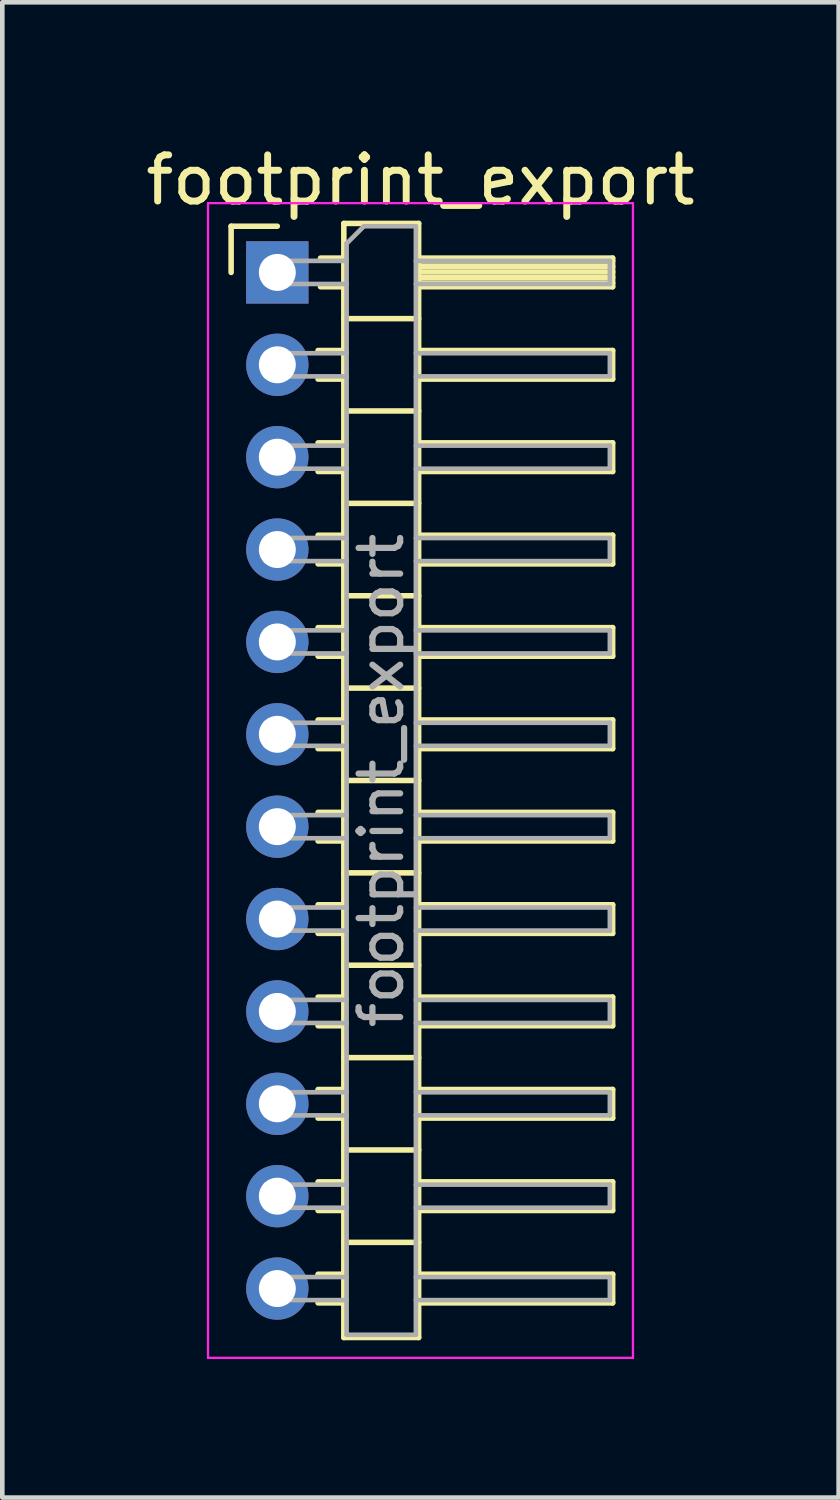
<source format=kicad_pcb>
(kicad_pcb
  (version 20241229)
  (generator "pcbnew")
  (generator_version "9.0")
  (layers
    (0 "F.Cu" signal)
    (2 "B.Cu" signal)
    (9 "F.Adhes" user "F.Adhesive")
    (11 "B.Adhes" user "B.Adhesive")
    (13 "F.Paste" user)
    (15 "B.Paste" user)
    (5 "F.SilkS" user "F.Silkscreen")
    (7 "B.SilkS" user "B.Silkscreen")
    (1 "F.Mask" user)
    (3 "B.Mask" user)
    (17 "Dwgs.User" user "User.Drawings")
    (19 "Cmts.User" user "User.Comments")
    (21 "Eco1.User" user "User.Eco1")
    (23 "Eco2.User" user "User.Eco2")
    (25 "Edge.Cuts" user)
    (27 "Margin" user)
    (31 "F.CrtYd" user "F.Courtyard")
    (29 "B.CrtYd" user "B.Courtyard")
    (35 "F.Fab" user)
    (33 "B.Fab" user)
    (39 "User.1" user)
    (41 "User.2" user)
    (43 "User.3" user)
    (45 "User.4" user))
  (footprint "footprint_export"
    (layer "F.Cu")
    (at 2.954 2.848)
    (property "Reference" "footprint_export" (at 3.1 -2 0) (layer "F.SilkS") (effects (font (size 1 1) (thickness 0.15))))
    (attr through_hole)
    (fp_line (start -1 -1) (end 0 -1) (stroke (width 0.12) (type solid)) (layer "F.SilkS"))
    (fp_line (start -1 0) (end -1 -1) (stroke (width 0.12) (type solid)) (layer "F.SilkS"))
    (fp_line (start 0.882 1.69) (end 1.44 1.69) (stroke (width 0.12) (type solid)) (layer "F.SilkS"))
    (fp_line (start 0.882 2.31) (end 1.44 2.31) (stroke (width 0.12) (type solid)) (layer "F.SilkS"))
    (fp_line (start 0.882 3.69) (end 1.44 3.69) (stroke (width 0.12) (type solid)) (layer "F.SilkS"))
    (fp_line (start 0.882 4.31) (end 1.44 4.31) (stroke (width 0.12) (type solid)) (layer "F.SilkS"))
    (fp_line (start 0.882 5.69) (end 1.44 5.69) (stroke (width 0.12) (type solid)) (layer "F.SilkS"))
    (fp_line (start 0.882 6.31) (end 1.44 6.31) (stroke (width 0.12) (type solid)) (layer "F.SilkS"))
    (fp_line (start 0.882 7.69) (end 1.44 7.69) (stroke (width 0.12) (type solid)) (layer "F.SilkS"))
    (fp_line (start 0.882 8.31) (end 1.44 8.31) (stroke (width 0.12) (type solid)) (layer "F.SilkS"))
    (fp_line (start 0.882 9.69) (end 1.44 9.69) (stroke (width 0.12) (type solid)) (layer "F.SilkS"))
    (fp_line (start 0.882 10.31) (end 1.44 10.31) (stroke (width 0.12) (type solid)) (layer "F.SilkS"))
    (fp_line (start 0.882 11.69) (end 1.44 11.69) (stroke (width 0.12) (type solid)) (layer "F.SilkS"))
    (fp_line (start 0.882 12.31) (end 1.44 12.31) (stroke (width 0.12) (type solid)) (layer "F.SilkS"))
    (fp_line (start 0.882 13.69) (end 1.44 13.69) (stroke (width 0.12) (type solid)) (layer "F.SilkS"))
    (fp_line (start 0.882 14.31) (end 1.44 14.31) (stroke (width 0.12) (type solid)) (layer "F.SilkS"))
    (fp_line (start 0.882 15.69) (end 1.44 15.69) (stroke (width 0.12) (type solid)) (layer "F.SilkS"))
    (fp_line (start 0.882 16.31) (end 1.44 16.31) (stroke (width 0.12) (type solid)) (layer "F.SilkS"))
    (fp_line (start 0.882 17.69) (end 1.44 17.69) (stroke (width 0.12) (type solid)) (layer "F.SilkS"))
    (fp_line (start 0.882 18.31) (end 1.44 18.31) (stroke (width 0.12) (type solid)) (layer "F.SilkS"))
    (fp_line (start 0.882 19.69) (end 1.44 19.69) (stroke (width 0.12) (type solid)) (layer "F.SilkS"))
    (fp_line (start 0.882 20.31) (end 1.44 20.31) (stroke (width 0.12) (type solid)) (layer "F.SilkS"))
    (fp_line (start 0.882 21.69) (end 1.44 21.69) (stroke (width 0.12) (type solid)) (layer "F.SilkS"))
    (fp_line (start 0.882 22.31) (end 1.44 22.31) (stroke (width 0.12) (type solid)) (layer "F.SilkS"))
    (fp_line (start 0.935 -0.31) (end 1.44 -0.31) (stroke (width 0.12) (type solid)) (layer "F.SilkS"))
    (fp_line (start 0.935 0.31) (end 1.44 0.31) (stroke (width 0.12) (type solid)) (layer "F.SilkS"))
    (fp_line (start 1.44 -1.06) (end 1.44 23.06) (stroke (width 0.12) (type solid)) (layer "F.SilkS"))
    (fp_line (start 1.44 1) (end 3.06 1) (stroke (width 0.12) (type solid)) (layer "F.SilkS"))
    (fp_line (start 1.44 3) (end 3.06 3) (stroke (width 0.12) (type solid)) (layer "F.SilkS"))
    (fp_line (start 1.44 5) (end 3.06 5) (stroke (width 0.12) (type solid)) (layer "F.SilkS"))
    (fp_line (start 1.44 7) (end 3.06 7) (stroke (width 0.12) (type solid)) (layer "F.SilkS"))
    (fp_line (start 1.44 9) (end 3.06 9) (stroke (width 0.12) (type solid)) (layer "F.SilkS"))
    (fp_line (start 1.44 11) (end 3.06 11) (stroke (width 0.12) (type solid)) (layer "F.SilkS"))
    (fp_line (start 1.44 13) (end 3.06 13) (stroke (width 0.12) (type solid)) (layer "F.SilkS"))
    (fp_line (start 1.44 15) (end 3.06 15) (stroke (width 0.12) (type solid)) (layer "F.SilkS"))
    (fp_line (start 1.44 17) (end 3.06 17) (stroke (width 0.12) (type solid)) (layer "F.SilkS"))
    (fp_line (start 1.44 19) (end 3.06 19) (stroke (width 0.12) (type solid)) (layer "F.SilkS"))
    (fp_line (start 1.44 21) (end 3.06 21) (stroke (width 0.12) (type solid)) (layer "F.SilkS"))
    (fp_line (start 1.44 23.06) (end 3.06 23.06) (stroke (width 0.12) (type solid)) (layer "F.SilkS"))
    (fp_line (start 3.06 -1.06) (end 1.44 -1.06) (stroke (width 0.12) (type solid)) (layer "F.SilkS"))
    (fp_line (start 3.06 -0.31) (end 7.26 -0.31) (stroke (width 0.12) (type solid)) (layer "F.SilkS"))
    (fp_line (start 3.06 -0.25) (end 7.26 -0.25) (stroke (width 0.12) (type solid)) (layer "F.SilkS"))
    (fp_line (start 3.06 -0.13) (end 7.26 -0.13) (stroke (width 0.12) (type solid)) (layer "F.SilkS"))
    (fp_line (start 3.06 -0.01) (end 7.26 -0.01) (stroke (width 0.12) (type solid)) (layer "F.SilkS"))
    (fp_line (start 3.06 0.11) (end 7.26 0.11) (stroke (width 0.12) (type solid)) (layer "F.SilkS"))
    (fp_line (start 3.06 0.23) (end 7.26 0.23) (stroke (width 0.12) (type solid)) (layer "F.SilkS"))
    (fp_line (start 3.06 1.69) (end 7.26 1.69) (stroke (width 0.12) (type solid)) (layer "F.SilkS"))
    (fp_line (start 3.06 3.69) (end 7.26 3.69) (stroke (width 0.12) (type solid)) (layer "F.SilkS"))
    (fp_line (start 3.06 5.69) (end 7.26 5.69) (stroke (width 0.12) (type solid)) (layer "F.SilkS"))
    (fp_line (start 3.06 7.69) (end 7.26 7.69) (stroke (width 0.12) (type solid)) (layer "F.SilkS"))
    (fp_line (start 3.06 9.69) (end 7.26 9.69) (stroke (width 0.12) (type solid)) (layer "F.SilkS"))
    (fp_line (start 3.06 11.69) (end 7.26 11.69) (stroke (width 0.12) (type solid)) (layer "F.SilkS"))
    (fp_line (start 3.06 13.69) (end 7.26 13.69) (stroke (width 0.12) (type solid)) (layer "F.SilkS"))
    (fp_line (start 3.06 15.69) (end 7.26 15.69) (stroke (width 0.12) (type solid)) (layer "F.SilkS"))
    (fp_line (start 3.06 17.69) (end 7.26 17.69) (stroke (width 0.12) (type solid)) (layer "F.SilkS"))
    (fp_line (start 3.06 19.69) (end 7.26 19.69) (stroke (width 0.12) (type solid)) (layer "F.SilkS"))
    (fp_line (start 3.06 21.69) (end 7.26 21.69) (stroke (width 0.12) (type solid)) (layer "F.SilkS"))
    (fp_line (start 3.06 23.06) (end 3.06 -1.06) (stroke (width 0.12) (type solid)) (layer "F.SilkS"))
    (fp_line (start 7.26 -0.31) (end 7.26 0.31) (stroke (width 0.12) (type solid)) (layer "F.SilkS"))
    (fp_line (start 7.26 0.31) (end 3.06 0.31) (stroke (width 0.12) (type solid)) (layer "F.SilkS"))
    (fp_line (start 7.26 1.69) (end 7.26 2.31) (stroke (width 0.12) (type solid)) (layer "F.SilkS"))
    (fp_line (start 7.26 2.31) (end 3.06 2.31) (stroke (width 0.12) (type solid)) (layer "F.SilkS"))
    (fp_line (start 7.26 3.69) (end 7.26 4.31) (stroke (width 0.12) (type solid)) (layer "F.SilkS"))
    (fp_line (start 7.26 4.31) (end 3.06 4.31) (stroke (width 0.12) (type solid)) (layer "F.SilkS"))
    (fp_line (start 7.26 5.69) (end 7.26 6.31) (stroke (width 0.12) (type solid)) (layer "F.SilkS"))
    (fp_line (start 7.26 6.31) (end 3.06 6.31) (stroke (width 0.12) (type solid)) (layer "F.SilkS"))
    (fp_line (start 7.26 7.69) (end 7.26 8.31) (stroke (width 0.12) (type solid)) (layer "F.SilkS"))
    (fp_line (start 7.26 8.31) (end 3.06 8.31) (stroke (width 0.12) (type solid)) (layer "F.SilkS"))
    (fp_line (start 7.26 9.69) (end 7.26 10.31) (stroke (width 0.12) (type solid)) (layer "F.SilkS"))
    (fp_line (start 7.26 10.31) (end 3.06 10.31) (stroke (width 0.12) (type solid)) (layer "F.SilkS"))
    (fp_line (start 7.26 11.69) (end 7.26 12.31) (stroke (width 0.12) (type solid)) (layer "F.SilkS"))
    (fp_line (start 7.26 12.31) (end 3.06 12.31) (stroke (width 0.12) (type solid)) (layer "F.SilkS"))
    (fp_line (start 7.26 13.69) (end 7.26 14.31) (stroke (width 0.12) (type solid)) (layer "F.SilkS"))
    (fp_line (start 7.26 14.31) (end 3.06 14.31) (stroke (width 0.12) (type solid)) (layer "F.SilkS"))
    (fp_line (start 7.26 15.69) (end 7.26 16.31) (stroke (width 0.12) (type solid)) (layer "F.SilkS"))
    (fp_line (start 7.26 16.31) (end 3.06 16.31) (stroke (width 0.12) (type solid)) (layer "F.SilkS"))
    (fp_line (start 7.26 17.69) (end 7.26 18.31) (stroke (width 0.12) (type solid)) (layer "F.SilkS"))
    (fp_line (start 7.26 18.31) (end 3.06 18.31) (stroke (width 0.12) (type solid)) (layer "F.SilkS"))
    (fp_line (start 7.26 19.69) (end 7.26 20.31) (stroke (width 0.12) (type solid)) (layer "F.SilkS"))
    (fp_line (start 7.26 20.31) (end 3.06 20.31) (stroke (width 0.12) (type solid)) (layer "F.SilkS"))
    (fp_line (start 7.26 21.69) (end 7.26 22.31) (stroke (width 0.12) (type solid)) (layer "F.SilkS"))
    (fp_line (start 7.26 22.31) (end 3.06 22.31) (stroke (width 0.12) (type solid)) (layer "F.SilkS"))
    (fp_line (start -1.5 -1.5) (end -1.5 23.5) (stroke (width 0.05) (type solid)) (layer "F.CrtYd"))
    (fp_line (start -1.5 23.5) (end 7.7 23.5) (stroke (width 0.05) (type solid)) (layer "F.CrtYd"))
    (fp_line (start 7.7 -1.5) (end -1.5 -1.5) (stroke (width 0.05) (type solid)) (layer "F.CrtYd"))
    (fp_line (start 7.7 23.5) (end 7.7 -1.5) (stroke (width 0.05) (type solid)) (layer "F.CrtYd"))
    (fp_line (start -0.25 -0.25) (end -0.25 0.25) (stroke (width 0.1) (type solid)) (layer "F.Fab"))
    (fp_line (start -0.25 -0.25) (end 1.5 -0.25) (stroke (width 0.1) (type solid)) (layer "F.Fab"))
    (fp_line (start -0.25 0.25) (end 1.5 0.25) (stroke (width 0.1) (type solid)) (layer "F.Fab"))
    (fp_line (start -0.25 1.75) (end -0.25 2.25) (stroke (width 0.1) (type solid)) (layer "F.Fab"))
    (fp_line (start -0.25 1.75) (end 1.5 1.75) (stroke (width 0.1) (type solid)) (layer "F.Fab"))
    (fp_line (start -0.25 2.25) (end 1.5 2.25) (stroke (width 0.1) (type solid)) (layer "F.Fab"))
    (fp_line (start -0.25 3.75) (end -0.25 4.25) (stroke (width 0.1) (type solid)) (layer "F.Fab"))
    (fp_line (start -0.25 3.75) (end 1.5 3.75) (stroke (width 0.1) (type solid)) (layer "F.Fab"))
    (fp_line (start -0.25 4.25) (end 1.5 4.25) (stroke (width 0.1) (type solid)) (layer "F.Fab"))
    (fp_line (start -0.25 5.75) (end -0.25 6.25) (stroke (width 0.1) (type solid)) (layer "F.Fab"))
    (fp_line (start -0.25 5.75) (end 1.5 5.75) (stroke (width 0.1) (type solid)) (layer "F.Fab"))
    (fp_line (start -0.25 6.25) (end 1.5 6.25) (stroke (width 0.1) (type solid)) (layer "F.Fab"))
    (fp_line (start -0.25 7.75) (end -0.25 8.25) (stroke (width 0.1) (type solid)) (layer "F.Fab"))
    (fp_line (start -0.25 7.75) (end 1.5 7.75) (stroke (width 0.1) (type solid)) (layer "F.Fab"))
    (fp_line (start -0.25 8.25) (end 1.5 8.25) (stroke (width 0.1) (type solid)) (layer "F.Fab"))
    (fp_line (start -0.25 9.75) (end -0.25 10.25) (stroke (width 0.1) (type solid)) (layer "F.Fab"))
    (fp_line (start -0.25 9.75) (end 1.5 9.75) (stroke (width 0.1) (type solid)) (layer "F.Fab"))
    (fp_line (start -0.25 10.25) (end 1.5 10.25) (stroke (width 0.1) (type solid)) (layer "F.Fab"))
    (fp_line (start -0.25 11.75) (end -0.25 12.25) (stroke (width 0.1) (type solid)) (layer "F.Fab"))
    (fp_line (start -0.25 11.75) (end 1.5 11.75) (stroke (width 0.1) (type solid)) (layer "F.Fab"))
    (fp_line (start -0.25 12.25) (end 1.5 12.25) (stroke (width 0.1) (type solid)) (layer "F.Fab"))
    (fp_line (start -0.25 13.75) (end -0.25 14.25) (stroke (width 0.1) (type solid)) (layer "F.Fab"))
    (fp_line (start -0.25 13.75) (end 1.5 13.75) (stroke (width 0.1) (type solid)) (layer "F.Fab"))
    (fp_line (start -0.25 14.25) (end 1.5 14.25) (stroke (width 0.1) (type solid)) (layer "F.Fab"))
    (fp_line (start -0.25 15.75) (end -0.25 16.25) (stroke (width 0.1) (type solid)) (layer "F.Fab"))
    (fp_line (start -0.25 15.75) (end 1.5 15.75) (stroke (width 0.1) (type solid)) (layer "F.Fab"))
    (fp_line (start -0.25 16.25) (end 1.5 16.25) (stroke (width 0.1) (type solid)) (layer "F.Fab"))
    (fp_line (start -0.25 17.75) (end -0.25 18.25) (stroke (width 0.1) (type solid)) (layer "F.Fab"))
    (fp_line (start -0.25 17.75) (end 1.5 17.75) (stroke (width 0.1) (type solid)) (layer "F.Fab"))
    (fp_line (start -0.25 18.25) (end 1.5 18.25) (stroke (width 0.1) (type solid)) (layer "F.Fab"))
    (fp_line (start -0.25 19.75) (end -0.25 20.25) (stroke (width 0.1) (type solid)) (layer "F.Fab"))
    (fp_line (start -0.25 19.75) (end 1.5 19.75) (stroke (width 0.1) (type solid)) (layer "F.Fab"))
    (fp_line (start -0.25 20.25) (end 1.5 20.25) (stroke (width 0.1) (type solid)) (layer "F.Fab"))
    (fp_line (start -0.25 21.75) (end -0.25 22.25) (stroke (width 0.1) (type solid)) (layer "F.Fab"))
    (fp_line (start -0.25 21.75) (end 1.5 21.75) (stroke (width 0.1) (type solid)) (layer "F.Fab"))
    (fp_line (start -0.25 22.25) (end 1.5 22.25) (stroke (width 0.1) (type solid)) (layer "F.Fab"))
    (fp_line (start 1.5 -0.625) (end 1.875 -1) (stroke (width 0.1) (type solid)) (layer "F.Fab"))
    (fp_line (start 1.5 23) (end 1.5 -0.625) (stroke (width 0.1) (type solid)) (layer "F.Fab"))
    (fp_line (start 1.875 -1) (end 3 -1) (stroke (width 0.1) (type solid)) (layer "F.Fab"))
    (fp_line (start 3 -1) (end 3 23) (stroke (width 0.1) (type solid)) (layer "F.Fab"))
    (fp_line (start 3 -0.25) (end 7.2 -0.25) (stroke (width 0.1) (type solid)) (layer "F.Fab"))
    (fp_line (start 3 0.25) (end 7.2 0.25) (stroke (width 0.1) (type solid)) (layer "F.Fab"))
    (fp_line (start 3 1.75) (end 7.2 1.75) (stroke (width 0.1) (type solid)) (layer "F.Fab"))
    (fp_line (start 3 2.25) (end 7.2 2.25) (stroke (width 0.1) (type solid)) (layer "F.Fab"))
    (fp_line (start 3 3.75) (end 7.2 3.75) (stroke (width 0.1) (type solid)) (layer "F.Fab"))
    (fp_line (start 3 4.25) (end 7.2 4.25) (stroke (width 0.1) (type solid)) (layer "F.Fab"))
    (fp_line (start 3 5.75) (end 7.2 5.75) (stroke (width 0.1) (type solid)) (layer "F.Fab"))
    (fp_line (start 3 6.25) (end 7.2 6.25) (stroke (width 0.1) (type solid)) (layer "F.Fab"))
    (fp_line (start 3 7.75) (end 7.2 7.75) (stroke (width 0.1) (type solid)) (layer "F.Fab"))
    (fp_line (start 3 8.25) (end 7.2 8.25) (stroke (width 0.1) (type solid)) (layer "F.Fab"))
    (fp_line (start 3 9.75) (end 7.2 9.75) (stroke (width 0.1) (type solid)) (layer "F.Fab"))
    (fp_line (start 3 10.25) (end 7.2 10.25) (stroke (width 0.1) (type solid)) (layer "F.Fab"))
    (fp_line (start 3 11.75) (end 7.2 11.75) (stroke (width 0.1) (type solid)) (layer "F.Fab"))
    (fp_line (start 3 12.25) (end 7.2 12.25) (stroke (width 0.1) (type solid)) (layer "F.Fab"))
    (fp_line (start 3 13.75) (end 7.2 13.75) (stroke (width 0.1) (type solid)) (layer "F.Fab"))
    (fp_line (start 3 14.25) (end 7.2 14.25) (stroke (width 0.1) (type solid)) (layer "F.Fab"))
    (fp_line (start 3 15.75) (end 7.2 15.75) (stroke (width 0.1) (type solid)) (layer "F.Fab"))
    (fp_line (start 3 16.25) (end 7.2 16.25) (stroke (width 0.1) (type solid)) (layer "F.Fab"))
    (fp_line (start 3 17.75) (end 7.2 17.75) (stroke (width 0.1) (type solid)) (layer "F.Fab"))
    (fp_line (start 3 18.25) (end 7.2 18.25) (stroke (width 0.1) (type solid)) (layer "F.Fab"))
    (fp_line (start 3 19.75) (end 7.2 19.75) (stroke (width 0.1) (type solid)) (layer "F.Fab"))
    (fp_line (start 3 20.25) (end 7.2 20.25) (stroke (width 0.1) (type solid)) (layer "F.Fab"))
    (fp_line (start 3 21.75) (end 7.2 21.75) (stroke (width 0.1) (type solid)) (layer "F.Fab"))
    (fp_line (start 3 22.25) (end 7.2 22.25) (stroke (width 0.1) (type solid)) (layer "F.Fab"))
    (fp_line (start 3 23) (end 1.5 23) (stroke (width 0.1) (type solid)) (layer "F.Fab"))
    (fp_line (start 7.2 -0.25) (end 7.2 0.25) (stroke (width 0.1) (type solid)) (layer "F.Fab"))
    (fp_line (start 7.2 1.75) (end 7.2 2.25) (stroke (width 0.1) (type solid)) (layer "F.Fab"))
    (fp_line (start 7.2 3.75) (end 7.2 4.25) (stroke (width 0.1) (type solid)) (layer "F.Fab"))
    (fp_line (start 7.2 5.75) (end 7.2 6.25) (stroke (width 0.1) (type solid)) (layer "F.Fab"))
    (fp_line (start 7.2 7.75) (end 7.2 8.25) (stroke (width 0.1) (type solid)) (layer "F.Fab"))
    (fp_line (start 7.2 9.75) (end 7.2 10.25) (stroke (width 0.1) (type solid)) (layer "F.Fab"))
    (fp_line (start 7.2 11.75) (end 7.2 12.25) (stroke (width 0.1) (type solid)) (layer "F.Fab"))
    (fp_line (start 7.2 13.75) (end 7.2 14.25) (stroke (width 0.1) (type solid)) (layer "F.Fab"))
    (fp_line (start 7.2 15.75) (end 7.2 16.25) (stroke (width 0.1) (type solid)) (layer "F.Fab"))
    (fp_line (start 7.2 17.75) (end 7.2 18.25) (stroke (width 0.1) (type solid)) (layer "F.Fab"))
    (fp_line (start 7.2 19.75) (end 7.2 20.25) (stroke (width 0.1) (type solid)) (layer "F.Fab"))
    (fp_line (start 7.2 21.75) (end 7.2 22.25) (stroke (width 0.1) (type solid)) (layer "F.Fab"))
    (fp_text user "${REFERENCE}" (at 2.25 11 90) (layer "F.Fab") (effects (font (size 0.9 0.9) (thickness 0.135))))
    (pad "1" thru_hole rect (at 0 0) (size 1.35 1.35) (drill 0.8) (layers "*.Cu" "*.Mask"))
    (pad "2" thru_hole oval (at 0 2) (size 1.35 1.35) (drill 0.8) (layers "*.Cu" "*.Mask"))
    (pad "3" thru_hole oval (at 0 4) (size 1.35 1.35) (drill 0.8) (layers "*.Cu" "*.Mask"))
    (pad "4" thru_hole oval (at 0 6) (size 1.35 1.35) (drill 0.8) (layers "*.Cu" "*.Mask"))
    (pad "5" thru_hole oval (at 0 8) (size 1.35 1.35) (drill 0.8) (layers "*.Cu" "*.Mask"))
    (pad "6" thru_hole oval (at 0 10) (size 1.35 1.35) (drill 0.8) (layers "*.Cu" "*.Mask"))
    (pad "7" thru_hole oval (at 0 12) (size 1.35 1.35) (drill 0.8) (layers "*.Cu" "*.Mask"))
    (pad "8" thru_hole oval (at 0 14) (size 1.35 1.35) (drill 0.8) (layers "*.Cu" "*.Mask"))
    (pad "9" thru_hole oval (at 0 16) (size 1.35 1.35) (drill 0.8) (layers "*.Cu" "*.Mask"))
    (pad "10" thru_hole oval (at 0 18) (size 1.35 1.35) (drill 0.8) (layers "*.Cu" "*.Mask"))
    (pad "11" thru_hole oval (at 0 20) (size 1.35 1.35) (drill 0.8) (layers "*.Cu" "*.Mask"))
    (pad "12" thru_hole oval (at 0 22) (size 1.35 1.35) (drill 0.8) (layers "*.Cu" "*.Mask")))
  (gr_rect
    (start -3 -3)
    (end 15.107 29.373)
    (stroke (width 0.1) (type default))
    (fill no)
    (layer "Edge.Cuts")))
</source>
